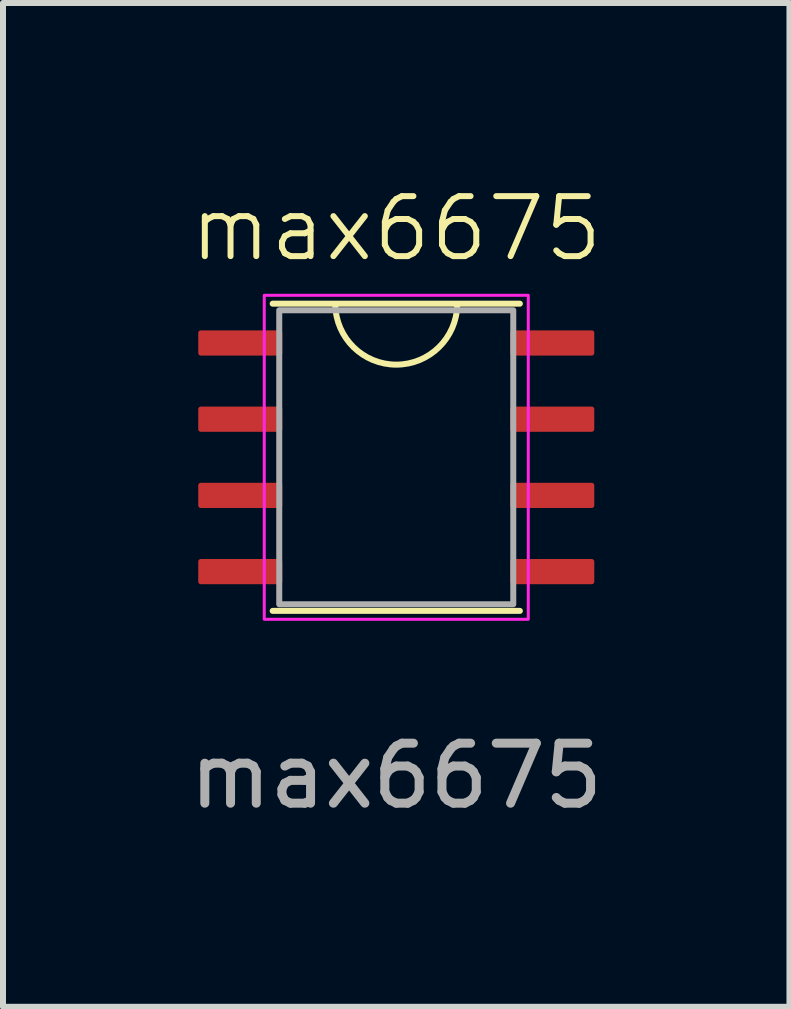
<source format=kicad_pcb>
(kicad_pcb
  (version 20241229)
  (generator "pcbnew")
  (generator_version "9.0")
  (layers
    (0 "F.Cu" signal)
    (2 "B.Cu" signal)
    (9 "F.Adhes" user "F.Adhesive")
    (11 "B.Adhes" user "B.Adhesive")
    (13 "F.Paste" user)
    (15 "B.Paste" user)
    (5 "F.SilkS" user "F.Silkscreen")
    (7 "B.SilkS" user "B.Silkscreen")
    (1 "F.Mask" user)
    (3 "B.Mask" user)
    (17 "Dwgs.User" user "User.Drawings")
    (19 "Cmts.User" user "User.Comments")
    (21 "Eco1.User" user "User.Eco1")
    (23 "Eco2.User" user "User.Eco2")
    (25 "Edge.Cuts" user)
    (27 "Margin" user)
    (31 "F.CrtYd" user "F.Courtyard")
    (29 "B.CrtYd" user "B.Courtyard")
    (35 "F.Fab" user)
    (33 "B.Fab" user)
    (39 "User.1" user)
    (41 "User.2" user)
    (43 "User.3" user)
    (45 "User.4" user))
  (footprint "max6675"
    (layer "F.Cu")
    (at 3.554 4.571)
    (property "Reference" "max6675" (at 0 -3.81 0) (unlocked yes) (layer "F.SilkS") (effects (font (size 1 1) (thickness 0.1))))
    (attr smd)
    (fp_line (start -2.06 -2.56) (end 2.06 -2.56) (stroke (width 0.1) (type default)) (layer "F.SilkS"))
    (fp_line (start -2.06 2.56) (end 2.06 2.56) (stroke (width 0.1) (type default)) (layer "F.SilkS"))
    (fp_arc (start 1.015999 -2.54) (mid 0 -1.543804) (end -1.015999 -2.54) (stroke (width 0.1) (type solid)) (layer "F.SilkS"))
    (fp_rect (start -2.2 -2.7) (end 2.2 2.7) (stroke (width 0.05) (type default)) (fill no) (layer "F.CrtYd"))
    (fp_rect (start -1.95 -2.45) (end 1.95 2.45) (stroke (width 0.1) (type default)) (fill no) (layer "F.Fab"))
    (fp_text user "${REFERENCE}" (at 0 5.31 0) (unlocked yes) (layer "F.Fab") (effects (font (size 1 1) (thickness 0.15))))
    (pad "1" smd roundrect (at -2.6 -1.905) (size 1.4 0.42) (layers "F.Cu" "F.Mask" "F.Paste") (roundrect_rratio 0.1))
    (pad "2" smd roundrect (at -2.6 -0.635) (size 1.4 0.42) (layers "F.Cu" "F.Mask" "F.Paste") (roundrect_rratio 0.1))
    (pad "3" smd roundrect (at -2.6 0.635) (size 1.4 0.42) (layers "F.Cu" "F.Mask" "F.Paste") (roundrect_rratio 0.1))
    (pad "4" smd roundrect (at -2.6 1.905) (size 1.4 0.42) (layers "F.Cu" "F.Mask" "F.Paste") (roundrect_rratio 0.1))
    (pad "5" smd roundrect (at 2.6 1.905) (size 1.4 0.42) (layers "F.Cu" "F.Mask" "F.Paste") (roundrect_rratio 0.1))
    (pad "6" smd roundrect (at 2.6 0.635) (size 1.4 0.42) (layers "F.Cu" "F.Mask" "F.Paste") (roundrect_rratio 0.1))
    (pad "7" smd roundrect (at 2.6 -0.635) (size 1.4 0.42) (layers "F.Cu" "F.Mask" "F.Paste") (roundrect_rratio 0.1))
    (pad "8" smd roundrect (at 2.6 -1.905) (size 1.4 0.42) (layers "F.Cu" "F.Mask" "F.Paste") (roundrect_rratio 0.1)))
  (gr_rect
    (start -3 -3)
    (end 10.107 13.729)
    (stroke (width 0.1) (type default))
    (fill no)
    (layer "Edge.Cuts")))
</source>
